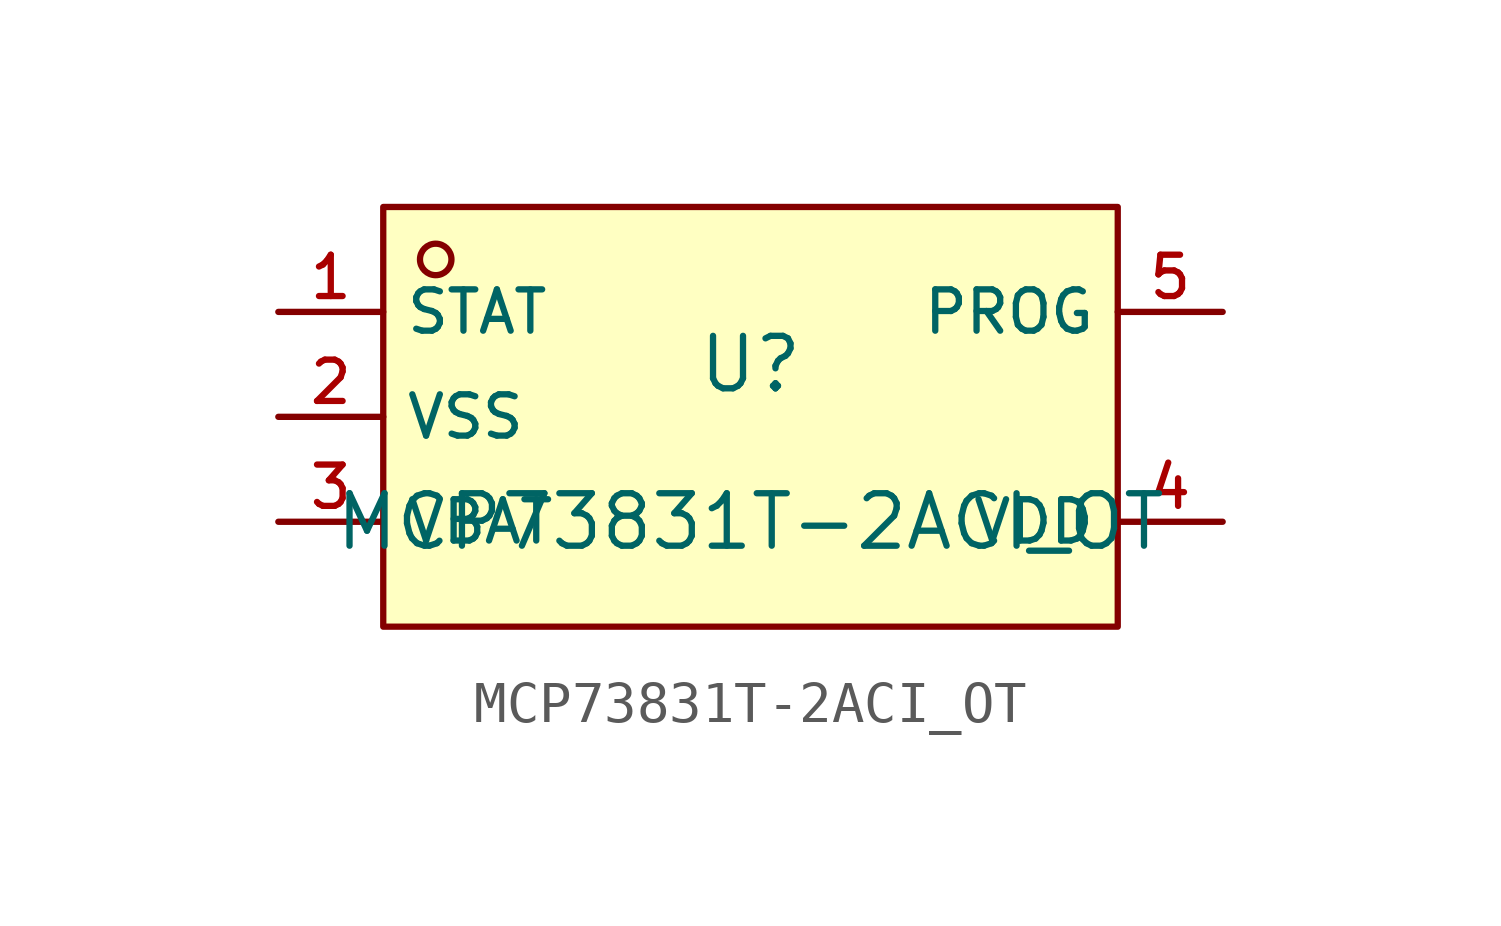
<source format=kicad_sym>
(kicad_symbol_lib
  (version 20210201)
  (generator TousstNicolas/JLC2KiCad_lib)
  (symbol "MCP73831T-2ACI_OT"
    (property "Reference" "U"
      (at 0 1.27 0)
      (effects (font (size 1.27 1.27))))
    (property "Value" "MCP73831T-2ACI_OT"
      (at 0 -2.54 0)
      (effects (font (size 1.27 1.27))))
    (symbol "MCP73831T-2ACI_OT_0_1"
      (rectangle (start -8.89 5.08) (end 8.89 -5.08) (stroke (width 0) (type default) (color 0 0 0 0)) (fill (type background)))
      (circle (center -7.62 3.81) (radius 0.381) (stroke (width 0) (type default) (color 0 0 0 0)) (fill (type background)))
      (pin unspecified line (at -11.43 2.54 0) (length 2.54) (name "STAT" (effects (font (size 1 1)))) (number "1" (effects (font (size 1 1)))))
      (pin unspecified line (at -11.43 -0.0 0) (length 2.54) (name "VSS" (effects (font (size 1 1)))) (number "2" (effects (font (size 1 1)))))
      (pin unspecified line (at -11.43 -2.54 0) (length 2.54) (name "VBAT" (effects (font (size 1 1)))) (number "3" (effects (font (size 1 1)))))
      (pin unspecified line (at 11.43 -2.54 180) (length 2.54) (name "VDD" (effects (font (size 1 1)))) (number "4" (effects (font (size 1 1)))))
      (pin unspecified line (at 11.43 2.54 180) (length 2.54) (name "PROG" (effects (font (size 1 1)))) (number "5" (effects (font (size 1 1))))))))
</source>
